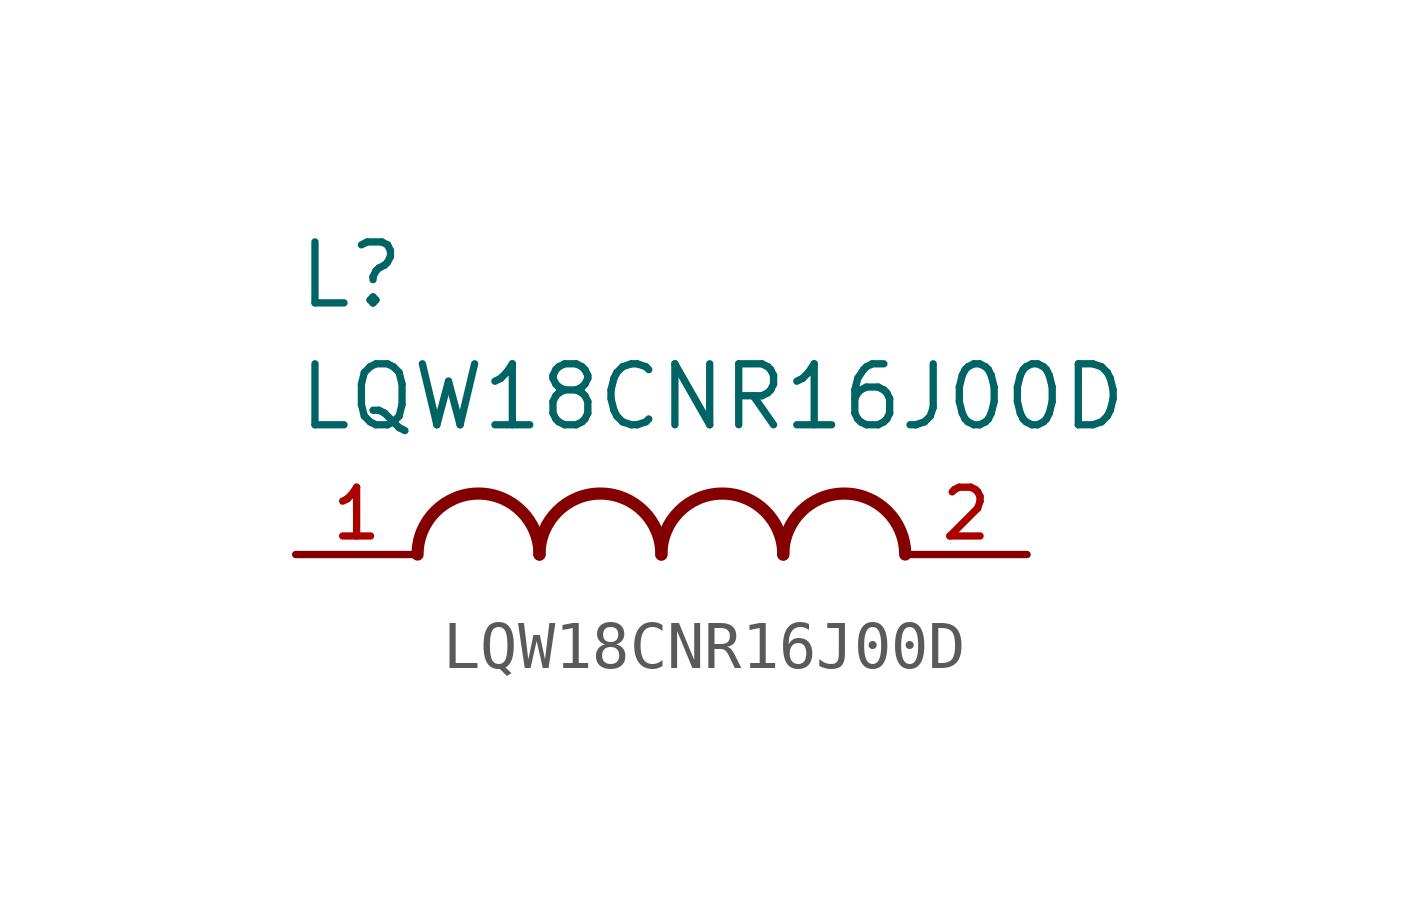
<source format=kicad_sym>
(kicad_symbol_lib
  (version 20211014)
  (generator kicad_symbol_editor)
  (symbol "LQW18CNR16J00D"
    (pin_names
      (offset 1.016))
    (property "Reference" "L"
      (at -7.62 5.08 0)
      (effects (font (size 1.27 1.27)) (justify bottom left)))
    (property "Value" "LQW18CNR16J00D"
      (at -7.62 2.54 0)
      (effects (font (size 1.27 1.27)) (justify bottom left)))
    (symbol "LQW18CNR16J00D_0_0"
      (arc (start -2.54 0.0) (mid -3.81 1.27) (end -5.08 0.0) (stroke (width 0.254) (type default) (color 0 0 0 0)) (fill (type none)))
      (arc (start 0.0 0.0) (mid -1.27 1.27) (end -2.54 0.0) (stroke (width 0.254) (type default) (color 0 0 0 0)) (fill (type none)))
      (arc (start 2.54 0.0) (mid 1.27 1.27) (end 0.0 0.0) (stroke (width 0.254) (type default) (color 0 0 0 0)) (fill (type none)))
      (arc (start 5.08 0.0) (mid 3.81 1.27) (end 2.54 0.0) (stroke (width 0.254) (type default) (color 0 0 0 0)) (fill (type none)))
      (pin passive line (at -7.62 0.0 0) (length 2.54) (name "~" (effects (font (size 1.016 1.016)))) (number "1" (effects (font (size 1.016 1.016)))))
      (pin passive line (at 7.62 0.0 180.0) (length 2.54) (name "~" (effects (font (size 1.016 1.016)))) (number "2" (effects (font (size 1.016 1.016))))))))
</source>
